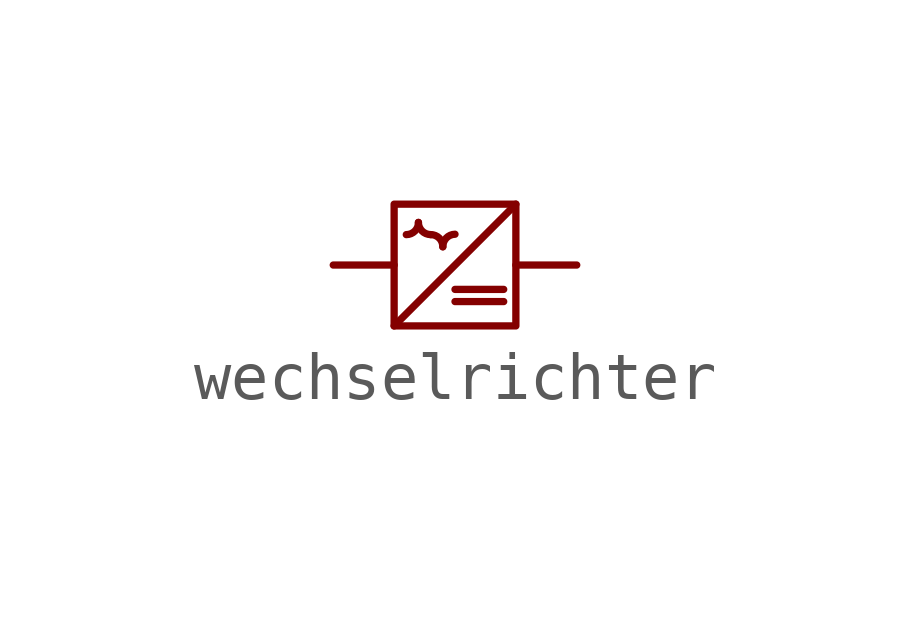
<source format=kicad_sym>
(kicad_symbol_lib
  (version 20211014)
  (generator kicad_symbol_editor)
  (symbol "wechselrichter"
    (pin_numbers hide)
    (pin_names
      (offset 0) hide)
    (property "Reference" "U"
      (at -3.81 2.54 0)
      (effects (font (size 1.27 1.27)) hide))
    (symbol "wechselrichter_0_1"
      (polyline (pts (xy 2.54 -0.762) (xy 3.556 -0.762)) (stroke (width 0) (type default) (color 0 0 0 0)) (fill (type none)))
      (polyline (pts (xy 3.556 -0.508) (xy 2.54 -0.508)) (stroke (width 0) (type default) (color 0 0 0 0)) (fill (type none)))
      (polyline (pts (xy 3.81 1.27) (xy 1.27 -1.27)) (stroke (width 0) (type default) (color 0 0 0 0)) (fill (type none)))
      (rectangle (start 1.27 -1.27) (end 3.81 1.27) (stroke (width 0) (type default) (color 0 0 0 0)) (fill (type none)))
      (arc (start 1.524 0.635) (mid 1.9576 0.4554) (end 1.778 0.889) (stroke (width 0) (type default) (color 0 0 0 0)) (fill (type none)))
      (arc (start 1.778 0.889) (mid 1.5984 0.4554) (end 2.032 0.635) (stroke (width 0) (type default) (color 0 0 0 0)) (fill (type none)))
      (arc (start 2.286 0.381) (mid 2.4656 0.8146) (end 2.032 0.635) (stroke (width 0) (type default) (color 0 0 0 0)) (fill (type none)))
      (arc (start 2.54 0.635) (mid 2.1064 0.8146) (end 2.286 0.381) (stroke (width 0) (type default) (color 0 0 0 0)) (fill (type none))))
    (symbol "wechselrichter_1_1"
      (pin passive line (at 0 0 0) (length 1.27) (name "2" (effects (font (size 1.27 1.27)))) (number "2" (effects (font (size 1.27 1.27)))))
      (pin passive line (at 5.08 0 180) (length 1.27) (name "2" (effects (font (size 1.27 1.27)))) (number "2" (effects (font (size 1.27 1.27))))))))
</source>
